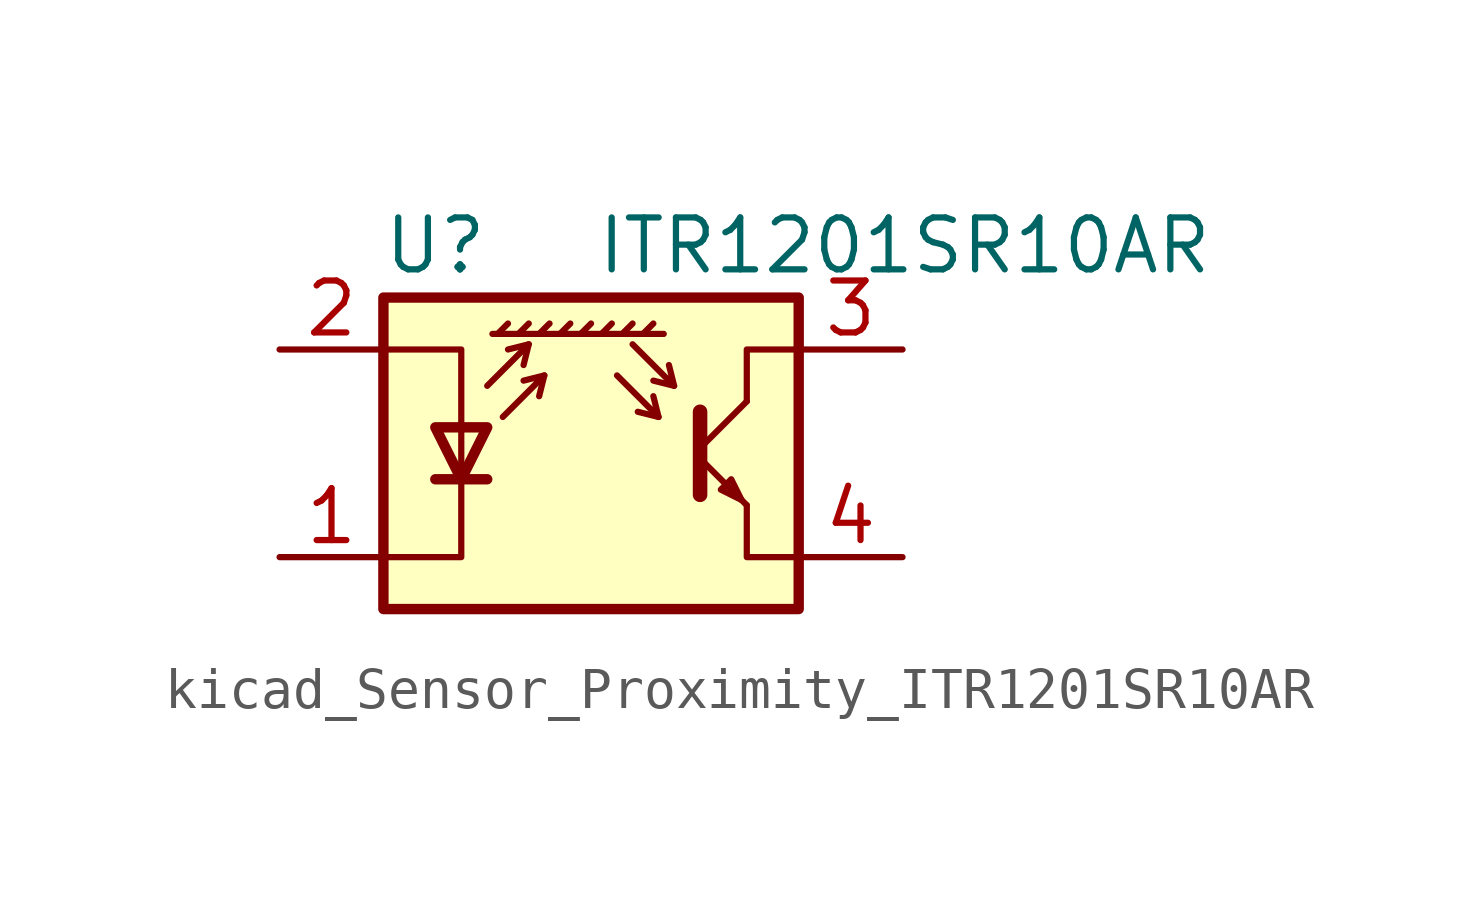
<source format=kicad_sym>
(kicad_symbol_lib
  (version 20220914)
  (generator kicad_symbol_editor)
  (symbol "kicad_Sensor_Proximity_ITR1201SR10AR"
    (pin_names
      (offset 0.025) hide)
    (property "Reference" "U"
      (at -3.81 5.08 0)
      (effects (font (size 1.27 1.27))))
    (property "Value" "ITR1201SR10AR"
      (at 15.24 5.08 0)
      (effects (font (size 1.27 1.27)) (justify right)))
    (symbol "kicad_Sensor_Proximity_ITR1201SR10AR_0_1"
      (polyline (pts (xy -3.81 -0.635) (xy -2.54 -0.635)) (stroke (width 0.254) (type default)) (fill (type none)))
      (polyline (pts (xy -2.286 2.921) (xy -2.032 3.175)) (stroke (width 0) (type default)) (fill (type none)))
      (polyline (pts (xy -1.778 2.921) (xy -1.524 3.175)) (stroke (width 0) (type default)) (fill (type none)))
      (polyline (pts (xy -1.524 2.667) (xy -1.651 2.159)) (stroke (width 0) (type default)) (fill (type none)))
      (polyline (pts (xy -1.27 2.921) (xy -1.016 3.175)) (stroke (width 0) (type default)) (fill (type none)))
      (polyline (pts (xy -1.143 1.905) (xy -1.27 1.397)) (stroke (width 0) (type default)) (fill (type none)))
      (polyline (pts (xy -0.762 2.921) (xy -0.508 3.175)) (stroke (width 0) (type default)) (fill (type none)))
      (polyline (pts (xy -0.254 2.921) (xy 0 3.175)) (stroke (width 0) (type default)) (fill (type none)))
      (polyline (pts (xy 0.254 2.921) (xy 0.508 3.175)) (stroke (width 0) (type default)) (fill (type none)))
      (polyline (pts (xy 0.762 2.921) (xy 1.016 3.175)) (stroke (width 0) (type default)) (fill (type none)))
      (polyline (pts (xy 1.27 2.921) (xy 1.524 3.175)) (stroke (width 0) (type default)) (fill (type none)))
      (polyline (pts (xy 1.651 0.889) (xy 1.143 1.016)) (stroke (width 0) (type default)) (fill (type none)))
      (polyline (pts (xy 1.778 2.921) (xy -2.413 2.921)) (stroke (width 0) (type default)) (fill (type none)))
      (polyline (pts (xy 2.032 1.651) (xy 1.524 1.778)) (stroke (width 0) (type default)) (fill (type none)))
      (polyline (pts (xy 2.667 -0.127) (xy 3.81 -1.27)) (stroke (width 0) (type default)) (fill (type none)))
      (polyline (pts (xy 2.667 0.127) (xy 3.81 1.27)) (stroke (width 0) (type default)) (fill (type none)))
      (polyline (pts (xy -2.54 1.651) (xy -1.524 2.667) (xy -2.032 2.54)) (stroke (width 0) (type default)) (fill (type none)))
      (polyline (pts (xy -2.159 0.889) (xy -1.143 1.905) (xy -1.651 1.778)) (stroke (width 0) (type default)) (fill (type none)))
      (polyline (pts (xy 0.635 1.905) (xy 1.651 0.889) (xy 1.524 1.397)) (stroke (width 0) (type default)) (fill (type none)))
      (polyline (pts (xy 1.016 2.667) (xy 2.032 1.651) (xy 1.905 2.159)) (stroke (width 0) (type default)) (fill (type none)))
      (polyline (pts (xy 2.667 1.016) (xy 2.667 -1.016) (xy 2.667 -1.016)) (stroke (width 0.356) (type default)) (fill (type none)))
      (polyline (pts (xy 3.81 -1.27) (xy 3.81 -2.54) (xy 5.08 -2.54)) (stroke (width 0) (type default)) (fill (type none)))
      (polyline (pts (xy 3.81 1.27) (xy 3.81 2.54) (xy 5.08 2.54)) (stroke (width 0) (type default)) (fill (type none)))
      (polyline (pts (xy -5.08 -2.54) (xy -3.175 -2.54) (xy -3.175 2.54) (xy -5.08 2.54)) (stroke (width 0) (type default)) (fill (type none)))
      (polyline (pts (xy -3.175 -0.635) (xy -3.81 0.635) (xy -2.54 0.635) (xy -3.175 -0.635)) (stroke (width 0.254) (type default)) (fill (type none)))
      (polyline (pts (xy 3.683 -1.143) (xy 3.429 -0.635) (xy 3.175 -0.889) (xy 3.683 -1.143)) (stroke (width 0) (type default)) (fill (type none)))
      (polyline (pts (xy -5.08 -3.81) (xy 5.08 -3.81) (xy 5.08 3.81) (xy -5.08 3.81) (xy -5.08 -3.81)) (stroke (width 0.254) (type default)) (fill (type background))))
    (symbol "kicad_Sensor_Proximity_ITR1201SR10AR_1_1"
      (pin passive line (at -7.62 -2.54 0) (length 2.54) (name "K" (effects (font (size 1.27 1.27)))) (number "1" (effects (font (size 1.27 1.27)))))
      (pin passive line (at -7.62 2.54 0) (length 2.54) (name "A" (effects (font (size 1.27 1.27)))) (number "2" (effects (font (size 1.27 1.27)))))
      (pin open_collector line (at 7.62 2.54 180) (length 2.54) (name "~" (effects (font (size 1.27 1.27)))) (number "3" (effects (font (size 1.27 1.27)))))
      (pin open_emitter line (at 7.62 -2.54 180) (length 2.54) (name "~" (effects (font (size 1.27 1.27)))) (number "4" (effects (font (size 1.27 1.27))))))))
</source>
